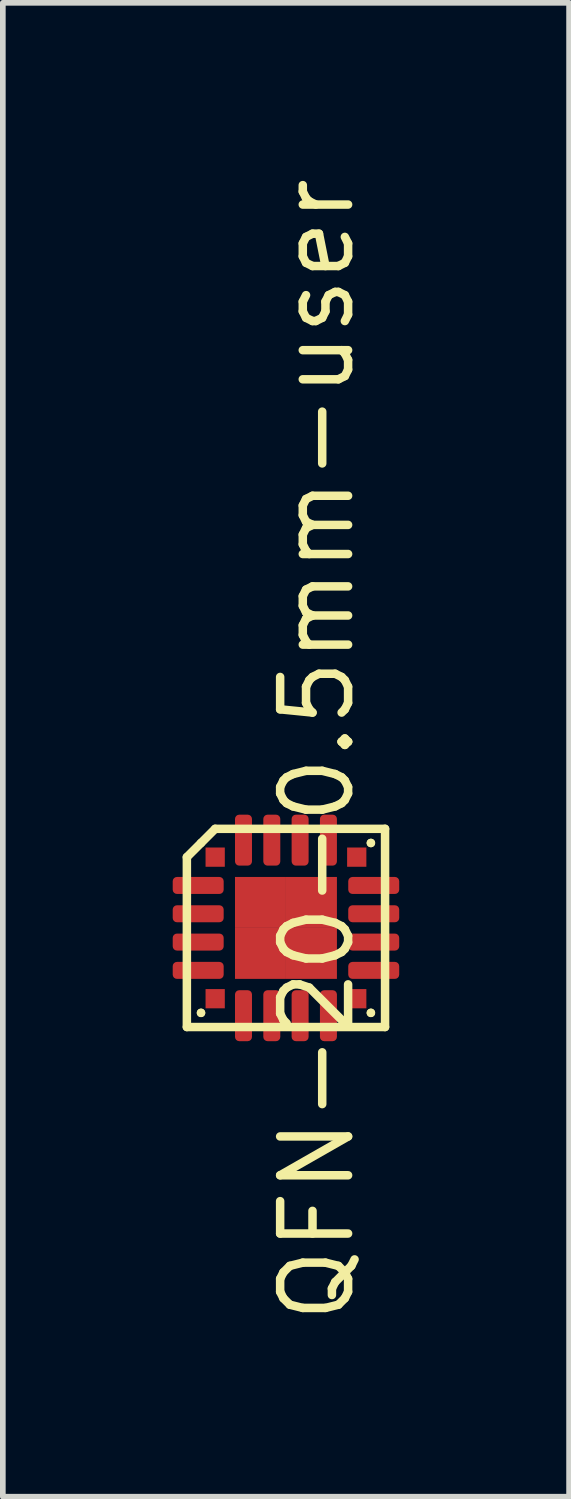
<source format=kicad_pcb>
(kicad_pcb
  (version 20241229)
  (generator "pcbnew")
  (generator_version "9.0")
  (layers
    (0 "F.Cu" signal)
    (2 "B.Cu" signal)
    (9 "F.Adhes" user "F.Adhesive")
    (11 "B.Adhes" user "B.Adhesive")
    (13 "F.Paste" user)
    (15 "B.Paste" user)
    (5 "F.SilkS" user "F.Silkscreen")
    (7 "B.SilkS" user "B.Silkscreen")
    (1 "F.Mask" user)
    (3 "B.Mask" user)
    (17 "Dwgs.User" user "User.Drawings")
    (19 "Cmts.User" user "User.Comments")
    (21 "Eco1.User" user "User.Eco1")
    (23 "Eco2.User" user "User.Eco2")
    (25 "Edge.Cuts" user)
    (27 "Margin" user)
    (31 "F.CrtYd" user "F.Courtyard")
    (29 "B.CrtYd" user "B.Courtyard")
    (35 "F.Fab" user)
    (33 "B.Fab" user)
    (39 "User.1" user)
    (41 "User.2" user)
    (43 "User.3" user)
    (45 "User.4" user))
  (footprint "QFN-20-0.5mm-user"
    (layer "F.Cu")
    (at 2 13.337)
    (property "Reference" "QFN-20-0.5mm-user" (at 0.55 -3.146 270) (layer "F.SilkS") (effects (font (size 1.2 1.2) (thickness 0.15))))
    (attr smd)
    (fp_line (start -1.75 -1.25) (end -1.75 1.75) (stroke (width 0.15) (type solid)) (layer "F.SilkS"))
    (fp_line (start -1.75 1.75) (end 1.75 1.75) (stroke (width 0.15) (type solid)) (layer "F.SilkS"))
    (fp_line (start -1.5 -1.5) (end -1.5 -1.5) (stroke (width 0.15) (type solid)) (layer "F.SilkS"))
    (fp_line (start -1.5 1.5) (end -1.5 1.5) (stroke (width 0.15) (type solid)) (layer "F.SilkS"))
    (fp_line (start -1.5 1.5) (end -1.5 1.5) (stroke (width 0.15) (type solid)) (layer "F.SilkS"))
    (fp_line (start -1.25 -1.75) (end -1.75 -1.25) (stroke (width 0.15) (type solid)) (layer "F.SilkS"))
    (fp_line (start 1.5 -1.5) (end 1.5 -1.5) (stroke (width 0.15) (type solid)) (layer "F.SilkS"))
    (fp_line (start 1.5 -1.5) (end 1.5 -1.5) (stroke (width 0.15) (type solid)) (layer "F.SilkS"))
    (fp_line (start 1.5 1.5) (end 1.5 1.5) (stroke (width 0.15) (type solid)) (layer "F.SilkS"))
    (fp_line (start 1.5 1.5) (end 1.5 1.5) (stroke (width 0.15) (type solid)) (layer "F.SilkS"))
    (fp_line (start 1.75 -1.75) (end -1.25 -1.75) (stroke (width 0.15) (type solid)) (layer "F.SilkS"))
    (fp_line (start 1.75 1.75) (end 1.75 -1.75) (stroke (width 0.15) (type solid)) (layer "F.SilkS"))
    (pad "1" smd rect (at -1.25 -1.25 90) (size 0.34 0.34) (layers "F.Cu" "F.Mask" "F.Paste"))
    (pad "2" smd roundrect (at -1.55 -0.75 90) (size 0.3 0.9) (layers "F.Cu" "F.Mask" "F.Paste") (roundrect_rratio 0.25))
    (pad "3" smd roundrect (at -1.55 -0.25 90) (size 0.3 0.9) (layers "F.Cu" "F.Mask" "F.Paste") (roundrect_rratio 0.25))
    (pad "4" smd roundrect (at -1.55 0.25 90) (size 0.3 0.9) (layers "F.Cu" "F.Mask" "F.Paste") (roundrect_rratio 0.25))
    (pad "5" smd roundrect (at -1.55 0.75 90) (size 0.3 0.9) (layers "F.Cu" "F.Mask" "F.Paste") (roundrect_rratio 0.25))
    (pad "6" smd rect (at -1.25 1.25) (size 0.34 0.34) (layers "F.Cu" "F.Mask" "F.Paste"))
    (pad "7" smd roundrect (at -0.75 1.55) (size 0.3 0.9) (layers "F.Cu" "F.Mask" "F.Paste") (roundrect_rratio 0.25))
    (pad "8" smd roundrect (at -0.25 1.55) (size 0.3 0.9) (layers "F.Cu" "F.Mask" "F.Paste") (roundrect_rratio 0.25))
    (pad "9" smd roundrect (at 0.25 1.55) (size 0.3 0.9) (layers "F.Cu" "F.Mask" "F.Paste") (roundrect_rratio 0.25))
    (pad "10" smd roundrect (at 0.75 1.55) (size 0.3 0.9) (layers "F.Cu" "F.Mask" "F.Paste") (roundrect_rratio 0.25))
    (pad "11" smd rect (at 1.25 1.25 90) (size 0.34 0.34) (layers "F.Cu" "F.Mask" "F.Paste"))
    (pad "12" smd roundrect (at 1.55 0.75 90) (size 0.3 0.9) (layers "F.Cu" "F.Mask" "F.Paste") (roundrect_rratio 0.25))
    (pad "13" smd roundrect (at 1.55 0.25 90) (size 0.3 0.9) (layers "F.Cu" "F.Mask" "F.Paste") (roundrect_rratio 0.25))
    (pad "14" smd roundrect (at 1.55 -0.25 90) (size 0.3 0.9) (layers "F.Cu" "F.Mask" "F.Paste") (roundrect_rratio 0.25))
    (pad "15" smd roundrect (at 1.55 -0.75 90) (size 0.3 0.9) (layers "F.Cu" "F.Mask" "F.Paste") (roundrect_rratio 0.25))
    (pad "16" smd rect (at 1.25 -1.25) (size 0.34 0.34) (layers "F.Cu" "F.Mask" "F.Paste"))
    (pad "17" smd roundrect (at 0.75 -1.55) (size 0.3 0.9) (layers "F.Cu" "F.Mask" "F.Paste") (roundrect_rratio 0.25))
    (pad "18" smd roundrect (at 0.25 -1.55) (size 0.3 0.9) (layers "F.Cu" "F.Mask" "F.Paste") (roundrect_rratio 0.25))
    (pad "19" smd roundrect (at -0.25 -1.55) (size 0.3 0.9) (layers "F.Cu" "F.Mask" "F.Paste") (roundrect_rratio 0.25))
    (pad "20" smd roundrect (at -0.75 -1.55) (size 0.3 0.9) (layers "F.Cu" "F.Mask" "F.Paste") (roundrect_rratio 0.25))
    (pad "21" smd rect (at -0.45 -0.45) (size 0.9 0.9) (layers "F.Cu" "F.Mask" "F.Paste"))
    (pad "21" smd rect (at -0.45 0.45) (size 0.9 0.9) (layers "F.Cu" "F.Mask" "F.Paste"))
    (pad "21" smd rect (at 0.45 -0.45) (size 0.9 0.9) (layers "F.Cu" "F.Mask" "F.Paste"))
    (pad "21" smd rect (at 0.45 0.45) (size 0.9 0.9) (layers "F.Cu" "F.Mask" "F.Paste")))
  (gr_rect
    (start -3 -3)
    (end 7 23.381)
    (stroke (width 0.1) (type default))
    (fill no)
    (layer "Edge.Cuts")))
</source>
